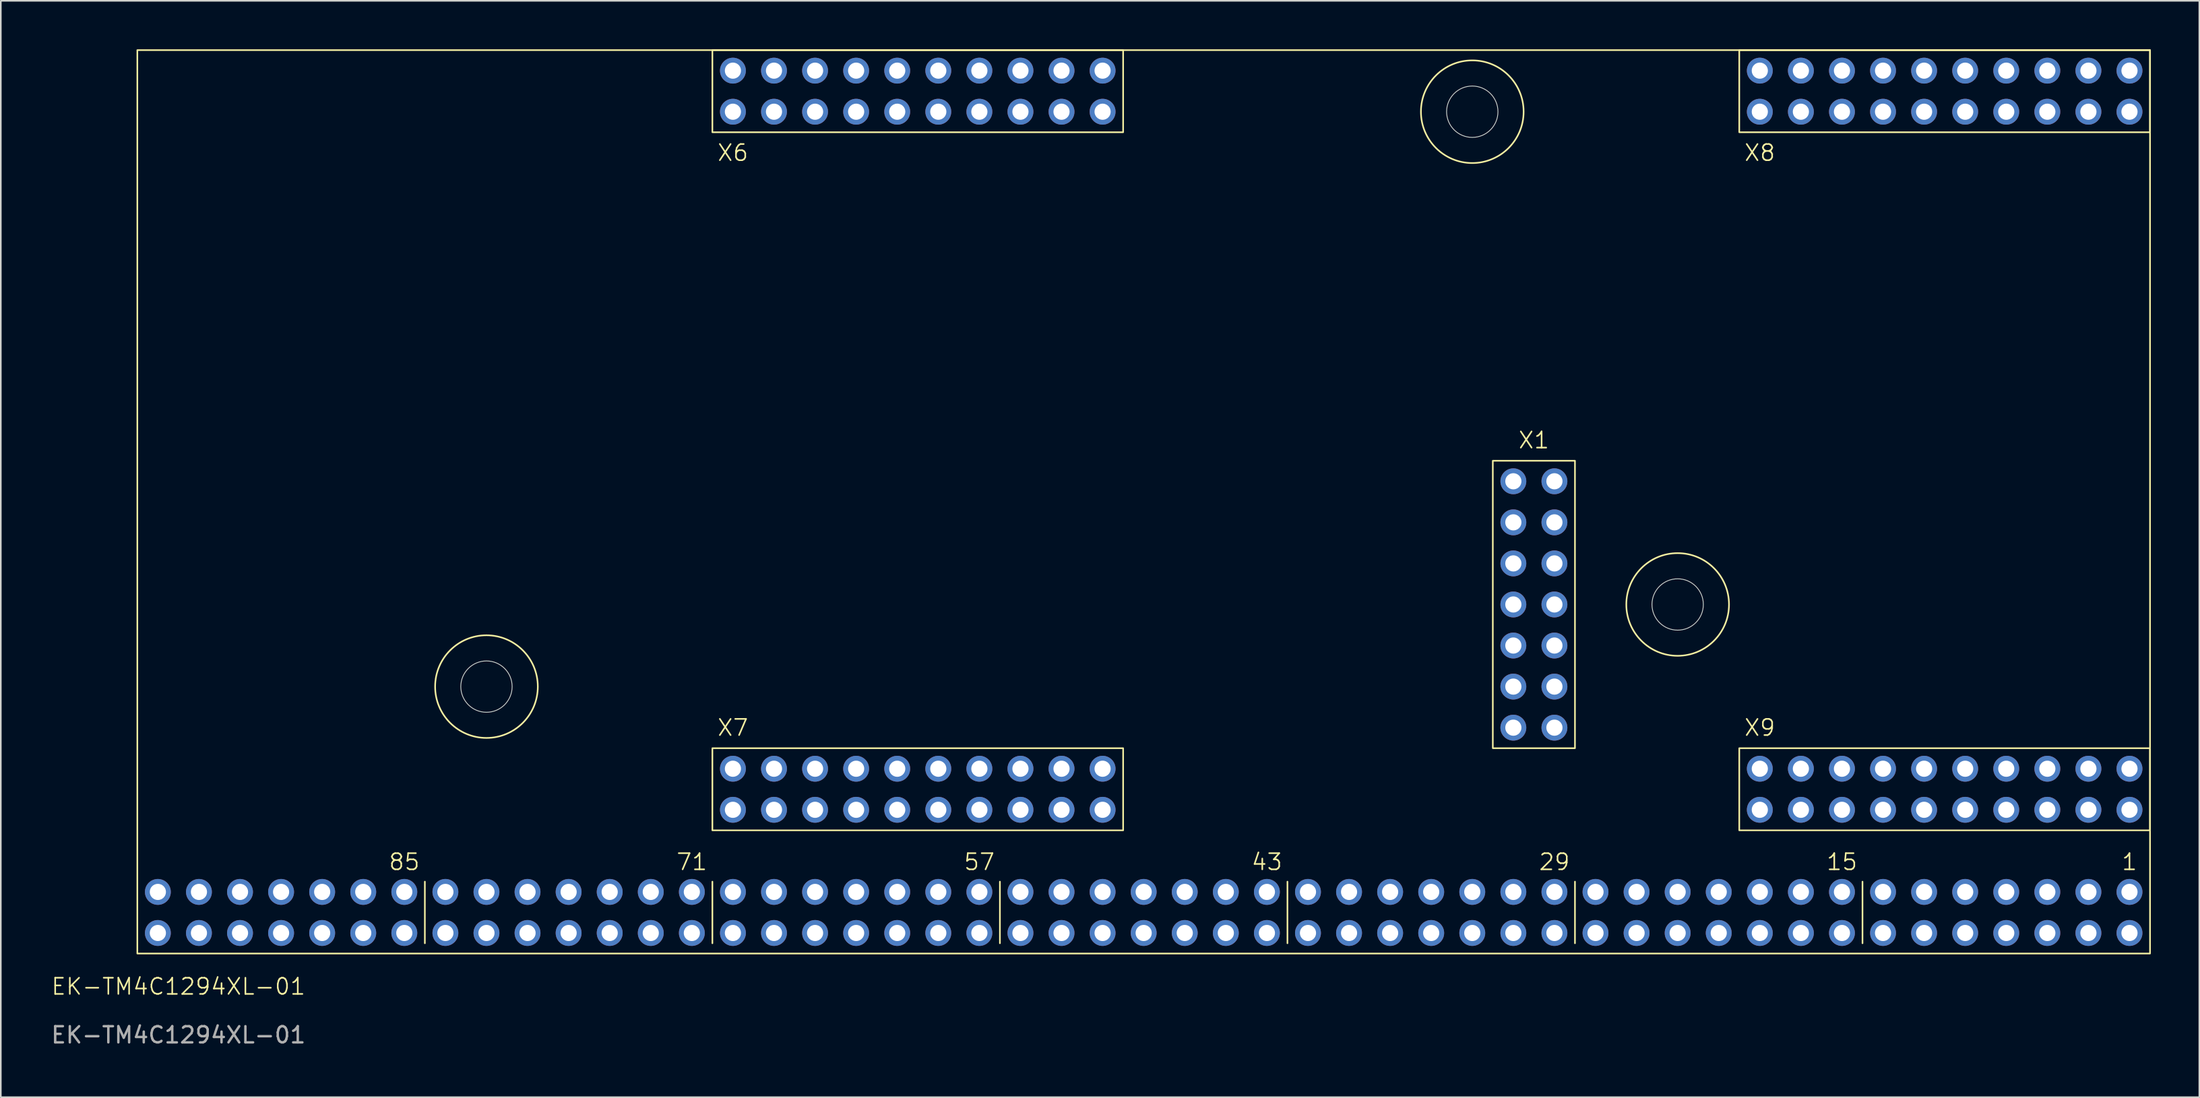
<source format=kicad_pcb>
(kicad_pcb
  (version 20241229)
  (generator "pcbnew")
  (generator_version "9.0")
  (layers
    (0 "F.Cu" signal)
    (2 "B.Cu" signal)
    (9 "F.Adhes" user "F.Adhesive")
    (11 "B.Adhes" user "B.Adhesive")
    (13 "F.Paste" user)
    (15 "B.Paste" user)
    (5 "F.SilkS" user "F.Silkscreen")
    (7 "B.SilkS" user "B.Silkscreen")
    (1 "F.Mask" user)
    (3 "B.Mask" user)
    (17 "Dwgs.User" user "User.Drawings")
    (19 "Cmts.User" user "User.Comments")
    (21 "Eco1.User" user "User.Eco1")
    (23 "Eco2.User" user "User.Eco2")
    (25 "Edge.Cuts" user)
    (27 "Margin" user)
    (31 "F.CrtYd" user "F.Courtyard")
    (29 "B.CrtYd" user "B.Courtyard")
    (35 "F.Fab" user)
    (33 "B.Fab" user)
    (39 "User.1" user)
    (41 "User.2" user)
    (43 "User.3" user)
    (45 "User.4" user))
  (footprint "EK-TM4C1294XL-01"
    (layer "F.Cu")
    (at 5.442 55.93)
    (property "Reference" "EK-TM4C1294XL-01" (at 2.54 2.04 0) (unlocked yes) (layer "F.SilkS") (effects (font (size 1 1) (thickness 0.1))))
    (attr through_hole)
    (fp_line (start 17.78 -0.635) (end 17.78 -4.445) (stroke (width 0.1) (type default)) (layer "F.SilkS"))
    (fp_line (start 35.56 -0.635) (end 35.56 -4.445) (stroke (width 0.1) (type default)) (layer "F.SilkS"))
    (fp_line (start 53.34 -0.635) (end 53.34 -4.445) (stroke (width 0.1) (type default)) (layer "F.SilkS"))
    (fp_line (start 71.12 -0.635) (end 71.12 -4.445) (stroke (width 0.1) (type default)) (layer "F.SilkS"))
    (fp_line (start 88.9 -0.635) (end 88.9 -4.445) (stroke (width 0.1) (type default)) (layer "F.SilkS"))
    (fp_line (start 106.68 -0.635) (end 106.68 -4.445) (stroke (width 0.1) (type default)) (layer "F.SilkS"))
    (fp_rect (start 0 -55.88) (end 124.46 0) (stroke (width 0.1) (type default)) (fill no) (layer "F.SilkS"))
    (fp_rect (start 35.56 -55.88) (end 60.96 -50.8) (stroke (width 0.1) (type default)) (fill no) (layer "F.SilkS"))
    (fp_rect (start 35.56 -12.7) (end 60.96 -7.62) (stroke (width 0.1) (type default)) (fill no) (layer "F.SilkS"))
    (fp_rect (start 83.82 -30.48) (end 88.9 -12.7) (stroke (width 0.1) (type default)) (fill no) (layer "F.SilkS"))
    (fp_rect (start 99.06 -55.88) (end 124.46 -50.8) (stroke (width 0.1) (type default)) (fill no) (layer "F.SilkS"))
    (fp_rect (start 99.06 -12.7) (end 124.46 -7.62) (stroke (width 0.1) (type default)) (fill no) (layer "F.SilkS"))
    (fp_circle (center 21.59 -16.51) (end 24.765 -16.51) (stroke (width 0.1) (type default)) (fill no) (layer "F.SilkS"))
    (fp_circle (center 82.55 -52.07) (end 85.725 -52.07) (stroke (width 0.1) (type default)) (fill no) (layer "F.SilkS"))
    (fp_circle (center 95.25 -21.59) (end 98.425 -21.59) (stroke (width 0.1) (type default)) (fill no) (layer "F.SilkS"))
    (fp_circle (center 21.59 -16.51) (end 23.177 -16.51) (stroke (width 0.05) (type default)) (fill no) (layer "Edge.Cuts"))
    (fp_circle (center 82.55 -52.07) (end 84.138 -52.07) (stroke (width 0.05) (type default)) (fill no) (layer "Edge.Cuts"))
    (fp_circle (center 95.25 -21.59) (end 96.838 -21.59) (stroke (width 0.05) (type default)) (fill no) (layer "Edge.Cuts"))
    (fp_text user "X6" (at 36.83 -49.53 0) (unlocked yes) (layer "F.SilkS") (effects (font (size 1 1) (thickness 0.1))))
    (fp_text user "71" (at 34.29 -5.08 0) (unlocked yes) (layer "F.SilkS") (effects (font (size 1 1) (thickness 0.1)) (justify bottom)))
    (fp_text user "85" (at 16.51 -5.08 0) (unlocked yes) (layer "F.SilkS") (effects (font (size 1 1) (thickness 0.1)) (justify bottom)))
    (fp_text user "X1" (at 86.36 -31.75 0) (unlocked yes) (layer "F.SilkS") (effects (font (size 1 1) (thickness 0.1))))
    (fp_text user "X9" (at 100.33 -13.97 0) (unlocked yes) (layer "F.SilkS") (effects (font (size 1 1) (thickness 0.1))))
    (fp_text user "43" (at 69.85 -5.08 0) (unlocked yes) (layer "F.SilkS") (effects (font (size 1 1) (thickness 0.1)) (justify bottom)))
    (fp_text user "57" (at 52.07 -5.08 0) (unlocked yes) (layer "F.SilkS") (effects (font (size 1 1) (thickness 0.1)) (justify bottom)))
    (fp_text user "1" (at 123.19 -5.08 0) (unlocked yes) (layer "F.SilkS") (effects (font (size 1 1) (thickness 0.1)) (justify bottom)))
    (fp_text user "29" (at 87.63 -5.08 0) (unlocked yes) (layer "F.SilkS") (effects (font (size 1 1) (thickness 0.1)) (justify bottom)))
    (fp_text user "X8" (at 100.33 -49.53 0) (unlocked yes) (layer "F.SilkS") (effects (font (size 1 1) (thickness 0.1))))
    (fp_text user "X7" (at 36.83 -13.97 0) (unlocked yes) (layer "F.SilkS") (effects (font (size 1 1) (thickness 0.1))))
    (fp_text user "15" (at 105.41 -5.08 0) (unlocked yes) (layer "F.SilkS") (effects (font (size 1 1) (thickness 0.1)) (justify bottom)))
    (fp_text user "${REFERENCE}" (at 2.54 5.04 0) (unlocked yes) (layer "F.Fab") (effects (font (size 1 1) (thickness 0.15))))
    (pad "" thru_hole circle (at 36.83 -54.61) (size 1.6 1.6) (drill 1) (layers "*.Cu" "*.Mask"))
    (pad "" thru_hole circle (at 36.83 -52.07) (size 1.6 1.6) (drill 1) (layers "*.Cu" "*.Mask"))
    (pad "" thru_hole circle (at 36.83 -11.43) (size 1.6 1.6) (drill 1) (layers "*.Cu" "*.Mask"))
    (pad "" thru_hole circle (at 36.83 -8.89) (size 1.6 1.6) (drill 1) (layers "*.Cu" "*.Mask"))
    (pad "" thru_hole circle (at 39.37 -54.61) (size 1.6 1.6) (drill 1) (layers "*.Cu" "*.Mask"))
    (pad "" thru_hole circle (at 39.37 -52.07) (size 1.6 1.6) (drill 1) (layers "*.Cu" "*.Mask"))
    (pad "" thru_hole circle (at 39.37 -11.43) (size 1.6 1.6) (drill 1) (layers "*.Cu" "*.Mask"))
    (pad "" thru_hole circle (at 39.37 -8.89) (size 1.6 1.6) (drill 1) (layers "*.Cu" "*.Mask"))
    (pad "" thru_hole circle (at 41.91 -54.61) (size 1.6 1.6) (drill 1) (layers "*.Cu" "*.Mask"))
    (pad "" thru_hole circle (at 41.91 -52.07) (size 1.6 1.6) (drill 1) (layers "*.Cu" "*.Mask"))
    (pad "" thru_hole circle (at 41.91 -11.43) (size 1.6 1.6) (drill 1) (layers "*.Cu" "*.Mask"))
    (pad "" thru_hole circle (at 41.91 -8.89) (size 1.6 1.6) (drill 1) (layers "*.Cu" "*.Mask"))
    (pad "" thru_hole circle (at 44.45 -54.61) (size 1.6 1.6) (drill 1) (layers "*.Cu" "*.Mask"))
    (pad "" thru_hole circle (at 44.45 -52.07) (size 1.6 1.6) (drill 1) (layers "*.Cu" "*.Mask"))
    (pad "" thru_hole circle (at 44.45 -11.43) (size 1.6 1.6) (drill 1) (layers "*.Cu" "*.Mask"))
    (pad "" thru_hole circle (at 44.45 -8.89) (size 1.6 1.6) (drill 1) (layers "*.Cu" "*.Mask"))
    (pad "" thru_hole circle (at 46.99 -54.61) (size 1.6 1.6) (drill 1) (layers "*.Cu" "*.Mask"))
    (pad "" thru_hole circle (at 46.99 -52.07) (size 1.6 1.6) (drill 1) (layers "*.Cu" "*.Mask"))
    (pad "" thru_hole circle (at 46.99 -11.43) (size 1.6 1.6) (drill 1) (layers "*.Cu" "*.Mask"))
    (pad "" thru_hole circle (at 46.99 -8.89) (size 1.6 1.6) (drill 1) (layers "*.Cu" "*.Mask"))
    (pad "" thru_hole circle (at 49.53 -54.61) (size 1.6 1.6) (drill 1) (layers "*.Cu" "*.Mask"))
    (pad "" thru_hole circle (at 49.53 -52.07) (size 1.6 1.6) (drill 1) (layers "*.Cu" "*.Mask"))
    (pad "" thru_hole circle (at 49.53 -11.43) (size 1.6 1.6) (drill 1) (layers "*.Cu" "*.Mask"))
    (pad "" thru_hole circle (at 49.53 -8.89) (size 1.6 1.6) (drill 1) (layers "*.Cu" "*.Mask"))
    (pad "" thru_hole circle (at 52.07 -54.61) (size 1.6 1.6) (drill 1) (layers "*.Cu" "*.Mask"))
    (pad "" thru_hole circle (at 52.07 -52.07) (size 1.6 1.6) (drill 1) (layers "*.Cu" "*.Mask"))
    (pad "" thru_hole circle (at 52.07 -11.43) (size 1.6 1.6) (drill 1) (layers "*.Cu" "*.Mask"))
    (pad "" thru_hole circle (at 52.07 -8.89) (size 1.6 1.6) (drill 1) (layers "*.Cu" "*.Mask"))
    (pad "" thru_hole circle (at 54.61 -54.61) (size 1.6 1.6) (drill 1) (layers "*.Cu" "*.Mask"))
    (pad "" thru_hole circle (at 54.61 -52.07) (size 1.6 1.6) (drill 1) (layers "*.Cu" "*.Mask"))
    (pad "" thru_hole circle (at 54.61 -11.43) (size 1.6 1.6) (drill 1) (layers "*.Cu" "*.Mask"))
    (pad "" thru_hole circle (at 54.61 -8.89) (size 1.6 1.6) (drill 1) (layers "*.Cu" "*.Mask"))
    (pad "" thru_hole circle (at 57.15 -54.61) (size 1.6 1.6) (drill 1) (layers "*.Cu" "*.Mask"))
    (pad "" thru_hole circle (at 57.15 -52.07) (size 1.6 1.6) (drill 1) (layers "*.Cu" "*.Mask"))
    (pad "" thru_hole circle (at 57.15 -11.43) (size 1.6 1.6) (drill 1) (layers "*.Cu" "*.Mask"))
    (pad "" thru_hole circle (at 57.15 -8.89) (size 1.6 1.6) (drill 1) (layers "*.Cu" "*.Mask"))
    (pad "" thru_hole circle (at 59.69 -54.61) (size 1.6 1.6) (drill 1) (layers "*.Cu" "*.Mask"))
    (pad "" thru_hole circle (at 59.69 -52.07) (size 1.6 1.6) (drill 1) (layers "*.Cu" "*.Mask"))
    (pad "" thru_hole circle (at 59.69 -11.43) (size 1.6 1.6) (drill 1) (layers "*.Cu" "*.Mask"))
    (pad "" thru_hole circle (at 59.69 -8.89) (size 1.6 1.6) (drill 1) (layers "*.Cu" "*.Mask"))
    (pad "" thru_hole circle (at 85.09 -29.21) (size 1.6 1.6) (drill 1) (layers "*.Cu" "*.Mask"))
    (pad "" thru_hole circle (at 85.09 -26.67) (size 1.6 1.6) (drill 1) (layers "*.Cu" "*.Mask"))
    (pad "" thru_hole circle (at 85.09 -24.13) (size 1.6 1.6) (drill 1) (layers "*.Cu" "*.Mask"))
    (pad "" thru_hole circle (at 85.09 -21.59) (size 1.6 1.6) (drill 1) (layers "*.Cu" "*.Mask"))
    (pad "" thru_hole circle (at 85.09 -19.05) (size 1.6 1.6) (drill 1) (layers "*.Cu" "*.Mask"))
    (pad "" thru_hole circle (at 85.09 -16.51) (size 1.6 1.6) (drill 1) (layers "*.Cu" "*.Mask"))
    (pad "" thru_hole circle (at 85.09 -13.97) (size 1.6 1.6) (drill 1) (layers "*.Cu" "*.Mask"))
    (pad "" thru_hole circle (at 87.63 -29.21) (size 1.6 1.6) (drill 1) (layers "*.Cu" "*.Mask"))
    (pad "" thru_hole circle (at 87.63 -26.67) (size 1.6 1.6) (drill 1) (layers "*.Cu" "*.Mask"))
    (pad "" thru_hole circle (at 87.63 -24.13) (size 1.6 1.6) (drill 1) (layers "*.Cu" "*.Mask"))
    (pad "" thru_hole circle (at 87.63 -21.59) (size 1.6 1.6) (drill 1) (layers "*.Cu" "*.Mask"))
    (pad "" thru_hole circle (at 87.63 -19.05) (size 1.6 1.6) (drill 1) (layers "*.Cu" "*.Mask"))
    (pad "" thru_hole circle (at 87.63 -16.51) (size 1.6 1.6) (drill 1) (layers "*.Cu" "*.Mask"))
    (pad "" thru_hole circle (at 87.63 -13.97) (size 1.6 1.6) (drill 1) (layers "*.Cu" "*.Mask"))
    (pad "" thru_hole circle (at 100.33 -54.61) (size 1.6 1.6) (drill 1) (layers "*.Cu" "*.Mask"))
    (pad "" thru_hole circle (at 100.33 -52.07) (size 1.6 1.6) (drill 1) (layers "*.Cu" "*.Mask"))
    (pad "" thru_hole circle (at 100.33 -11.43) (size 1.6 1.6) (drill 1) (layers "*.Cu" "*.Mask"))
    (pad "" thru_hole circle (at 100.33 -8.89) (size 1.6 1.6) (drill 1) (layers "*.Cu" "*.Mask"))
    (pad "" thru_hole circle (at 102.87 -54.61) (size 1.6 1.6) (drill 1) (layers "*.Cu" "*.Mask"))
    (pad "" thru_hole circle (at 102.87 -52.07) (size 1.6 1.6) (drill 1) (layers "*.Cu" "*.Mask"))
    (pad "" thru_hole circle (at 102.87 -11.43) (size 1.6 1.6) (drill 1) (layers "*.Cu" "*.Mask"))
    (pad "" thru_hole circle (at 102.87 -8.89) (size 1.6 1.6) (drill 1) (layers "*.Cu" "*.Mask"))
    (pad "" thru_hole circle (at 105.41 -54.61) (size 1.6 1.6) (drill 1) (layers "*.Cu" "*.Mask"))
    (pad "" thru_hole circle (at 105.41 -52.07) (size 1.6 1.6) (drill 1) (layers "*.Cu" "*.Mask"))
    (pad "" thru_hole circle (at 105.41 -11.43) (size 1.6 1.6) (drill 1) (layers "*.Cu" "*.Mask"))
    (pad "" thru_hole circle (at 105.41 -8.89) (size 1.6 1.6) (drill 1) (layers "*.Cu" "*.Mask"))
    (pad "" thru_hole circle (at 107.95 -54.61) (size 1.6 1.6) (drill 1) (layers "*.Cu" "*.Mask"))
    (pad "" thru_hole circle (at 107.95 -52.07) (size 1.6 1.6) (drill 1) (layers "*.Cu" "*.Mask"))
    (pad "" thru_hole circle (at 107.95 -11.43) (size 1.6 1.6) (drill 1) (layers "*.Cu" "*.Mask"))
    (pad "" thru_hole circle (at 107.95 -8.89) (size 1.6 1.6) (drill 1) (layers "*.Cu" "*.Mask"))
    (pad "" thru_hole circle (at 110.49 -54.61) (size 1.6 1.6) (drill 1) (layers "*.Cu" "*.Mask"))
    (pad "" thru_hole circle (at 110.49 -52.07) (size 1.6 1.6) (drill 1) (layers "*.Cu" "*.Mask"))
    (pad "" thru_hole circle (at 110.49 -11.43) (size 1.6 1.6) (drill 1) (layers "*.Cu" "*.Mask"))
    (pad "" thru_hole circle (at 110.49 -8.89) (size 1.6 1.6) (drill 1) (layers "*.Cu" "*.Mask"))
    (pad "" thru_hole circle (at 113.03 -54.61) (size 1.6 1.6) (drill 1) (layers "*.Cu" "*.Mask"))
    (pad "" thru_hole circle (at 113.03 -52.07) (size 1.6 1.6) (drill 1) (layers "*.Cu" "*.Mask"))
    (pad "" thru_hole circle (at 113.03 -11.43) (size 1.6 1.6) (drill 1) (layers "*.Cu" "*.Mask"))
    (pad "" thru_hole circle (at 113.03 -8.89) (size 1.6 1.6) (drill 1) (layers "*.Cu" "*.Mask"))
    (pad "" thru_hole circle (at 115.57 -54.61) (size 1.6 1.6) (drill 1) (layers "*.Cu" "*.Mask"))
    (pad "" thru_hole circle (at 115.57 -52.07) (size 1.6 1.6) (drill 1) (layers "*.Cu" "*.Mask"))
    (pad "" thru_hole circle (at 115.57 -11.43) (size 1.6 1.6) (drill 1) (layers "*.Cu" "*.Mask"))
    (pad "" thru_hole circle (at 115.57 -8.89) (size 1.6 1.6) (drill 1) (layers "*.Cu" "*.Mask"))
    (pad "" thru_hole circle (at 118.11 -54.61) (size 1.6 1.6) (drill 1) (layers "*.Cu" "*.Mask"))
    (pad "" thru_hole circle (at 118.11 -52.07) (size 1.6 1.6) (drill 1) (layers "*.Cu" "*.Mask"))
    (pad "" thru_hole circle (at 118.11 -11.43) (size 1.6 1.6) (drill 1) (layers "*.Cu" "*.Mask"))
    (pad "" thru_hole circle (at 118.11 -8.89) (size 1.6 1.6) (drill 1) (layers "*.Cu" "*.Mask"))
    (pad "" thru_hole circle (at 120.65 -54.61) (size 1.6 1.6) (drill 1) (layers "*.Cu" "*.Mask"))
    (pad "" thru_hole circle (at 120.65 -52.07) (size 1.6 1.6) (drill 1) (layers "*.Cu" "*.Mask"))
    (pad "" thru_hole circle (at 120.65 -11.43) (size 1.6 1.6) (drill 1) (layers "*.Cu" "*.Mask"))
    (pad "" thru_hole circle (at 120.65 -8.89) (size 1.6 1.6) (drill 1) (layers "*.Cu" "*.Mask"))
    (pad "" thru_hole circle (at 123.19 -54.61) (size 1.6 1.6) (drill 1) (layers "*.Cu" "*.Mask"))
    (pad "" thru_hole circle (at 123.19 -52.07) (size 1.6 1.6) (drill 1) (layers "*.Cu" "*.Mask"))
    (pad "" thru_hole circle (at 123.19 -11.43) (size 1.6 1.6) (drill 1) (layers "*.Cu" "*.Mask"))
    (pad "" thru_hole circle (at 123.19 -8.89) (size 1.6 1.6) (drill 1) (layers "*.Cu" "*.Mask"))
    (pad "1" thru_hole circle (at 123.19 -3.81) (size 1.6 1.6) (drill 1) (layers "*.Cu" "*.Mask"))
    (pad "2" thru_hole circle (at 123.19 -1.27) (size 1.6 1.6) (drill 1) (layers "*.Cu" "*.Mask"))
    (pad "3" thru_hole circle (at 120.65 -3.81) (size 1.6 1.6) (drill 1) (layers "*.Cu" "*.Mask"))
    (pad "4" thru_hole circle (at 120.65 -1.27) (size 1.6 1.6) (drill 1) (layers "*.Cu" "*.Mask"))
    (pad "5" thru_hole circle (at 118.11 -3.81) (size 1.6 1.6) (drill 1) (layers "*.Cu" "*.Mask"))
    (pad "6" thru_hole circle (at 118.11 -1.27) (size 1.6 1.6) (drill 1) (layers "*.Cu" "*.Mask"))
    (pad "7" thru_hole circle (at 115.57 -3.81) (size 1.6 1.6) (drill 1) (layers "*.Cu" "*.Mask"))
    (pad "8" thru_hole circle (at 115.57 -1.27) (size 1.6 1.6) (drill 1) (layers "*.Cu" "*.Mask"))
    (pad "9" thru_hole circle (at 113.03 -3.81) (size 1.6 1.6) (drill 1) (layers "*.Cu" "*.Mask"))
    (pad "10" thru_hole circle (at 113.03 -1.27) (size 1.6 1.6) (drill 1) (layers "*.Cu" "*.Mask"))
    (pad "11" thru_hole circle (at 110.49 -3.81) (size 1.6 1.6) (drill 1) (layers "*.Cu" "*.Mask"))
    (pad "12" thru_hole circle (at 110.49 -1.27) (size 1.6 1.6) (drill 1) (layers "*.Cu" "*.Mask"))
    (pad "13" thru_hole circle (at 107.95 -3.81) (size 1.6 1.6) (drill 1) (layers "*.Cu" "*.Mask"))
    (pad "14" thru_hole circle (at 107.95 -1.27) (size 1.6 1.6) (drill 1) (layers "*.Cu" "*.Mask"))
    (pad "15" thru_hole circle (at 105.41 -3.81) (size 1.6 1.6) (drill 1) (layers "*.Cu" "*.Mask"))
    (pad "16" thru_hole circle (at 105.41 -1.27) (size 1.6 1.6) (drill 1) (layers "*.Cu" "*.Mask"))
    (pad "17" thru_hole circle (at 102.87 -3.81) (size 1.6 1.6) (drill 1) (layers "*.Cu" "*.Mask"))
    (pad "18" thru_hole circle (at 102.87 -1.27) (size 1.6 1.6) (drill 1) (layers "*.Cu" "*.Mask"))
    (pad "19" thru_hole circle (at 100.33 -3.81) (size 1.6 1.6) (drill 1) (layers "*.Cu" "*.Mask"))
    (pad "20" thru_hole circle (at 100.33 -1.27) (size 1.6 1.6) (drill 1) (layers "*.Cu" "*.Mask"))
    (pad "21" thru_hole circle (at 97.79 -3.81) (size 1.6 1.6) (drill 1) (layers "*.Cu" "*.Mask"))
    (pad "22" thru_hole circle (at 97.79 -1.27) (size 1.6 1.6) (drill 1) (layers "*.Cu" "*.Mask"))
    (pad "23" thru_hole circle (at 95.25 -3.81) (size 1.6 1.6) (drill 1) (layers "*.Cu" "*.Mask"))
    (pad "24" thru_hole circle (at 95.25 -1.27) (size 1.6 1.6) (drill 1) (layers "*.Cu" "*.Mask"))
    (pad "25" thru_hole circle (at 92.71 -3.81) (size 1.6 1.6) (drill 1) (layers "*.Cu" "*.Mask"))
    (pad "26" thru_hole circle (at 92.71 -1.27) (size 1.6 1.6) (drill 1) (layers "*.Cu" "*.Mask"))
    (pad "27" thru_hole circle (at 90.17 -3.81) (size 1.6 1.6) (drill 1) (layers "*.Cu" "*.Mask"))
    (pad "28" thru_hole circle (at 90.17 -1.27) (size 1.6 1.6) (drill 1) (layers "*.Cu" "*.Mask"))
    (pad "29" thru_hole circle (at 87.63 -3.81) (size 1.6 1.6) (drill 1) (layers "*.Cu" "*.Mask"))
    (pad "30" thru_hole circle (at 87.63 -1.27) (size 1.6 1.6) (drill 1) (layers "*.Cu" "*.Mask"))
    (pad "31" thru_hole circle (at 85.09 -3.81) (size 1.6 1.6) (drill 1) (layers "*.Cu" "*.Mask"))
    (pad "32" thru_hole circle (at 85.09 -1.27) (size 1.6 1.6) (drill 1) (layers "*.Cu" "*.Mask"))
    (pad "33" thru_hole circle (at 82.55 -3.81) (size 1.6 1.6) (drill 1) (layers "*.Cu" "*.Mask"))
    (pad "34" thru_hole circle (at 82.55 -1.27) (size 1.6 1.6) (drill 1) (layers "*.Cu" "*.Mask"))
    (pad "35" thru_hole circle (at 80.01 -3.81) (size 1.6 1.6) (drill 1) (layers "*.Cu" "*.Mask"))
    (pad "36" thru_hole circle (at 80.01 -1.27) (size 1.6 1.6) (drill 1) (layers "*.Cu" "*.Mask"))
    (pad "37" thru_hole circle (at 77.47 -3.81) (size 1.6 1.6) (drill 1) (layers "*.Cu" "*.Mask"))
    (pad "38" thru_hole circle (at 77.47 -1.27) (size 1.6 1.6) (drill 1) (layers "*.Cu" "*.Mask"))
    (pad "39" thru_hole circle (at 74.93 -3.81) (size 1.6 1.6) (drill 1) (layers "*.Cu" "*.Mask"))
    (pad "40" thru_hole circle (at 74.93 -1.27) (size 1.6 1.6) (drill 1) (layers "*.Cu" "*.Mask"))
    (pad "41" thru_hole circle (at 72.39 -3.81) (size 1.6 1.6) (drill 1) (layers "*.Cu" "*.Mask"))
    (pad "42" thru_hole circle (at 72.39 -1.27) (size 1.6 1.6) (drill 1) (layers "*.Cu" "*.Mask"))
    (pad "43" thru_hole circle (at 69.85 -3.81) (size 1.6 1.6) (drill 1) (layers "*.Cu" "*.Mask"))
    (pad "44" thru_hole circle (at 69.85 -1.27) (size 1.6 1.6) (drill 1) (layers "*.Cu" "*.Mask"))
    (pad "45" thru_hole circle (at 67.31 -3.81) (size 1.6 1.6) (drill 1) (layers "*.Cu" "*.Mask"))
    (pad "46" thru_hole circle (at 67.31 -1.27) (size 1.6 1.6) (drill 1) (layers "*.Cu" "*.Mask"))
    (pad "47" thru_hole circle (at 64.77 -3.81) (size 1.6 1.6) (drill 1) (layers "*.Cu" "*.Mask"))
    (pad "48" thru_hole circle (at 64.77 -1.27) (size 1.6 1.6) (drill 1) (layers "*.Cu" "*.Mask"))
    (pad "49" thru_hole circle (at 62.23 -3.81) (size 1.6 1.6) (drill 1) (layers "*.Cu" "*.Mask"))
    (pad "50" thru_hole circle (at 62.23 -1.27) (size 1.6 1.6) (drill 1) (layers "*.Cu" "*.Mask"))
    (pad "51" thru_hole circle (at 59.69 -3.81) (size 1.6 1.6) (drill 1) (layers "*.Cu" "*.Mask"))
    (pad "52" thru_hole circle (at 59.69 -1.27) (size 1.6 1.6) (drill 1) (layers "*.Cu" "*.Mask"))
    (pad "53" thru_hole circle (at 57.15 -3.81) (size 1.6 1.6) (drill 1) (layers "*.Cu" "*.Mask"))
    (pad "54" thru_hole circle (at 57.15 -1.27) (size 1.6 1.6) (drill 1) (layers "*.Cu" "*.Mask"))
    (pad "55" thru_hole circle (at 54.61 -3.81) (size 1.6 1.6) (drill 1) (layers "*.Cu" "*.Mask"))
    (pad "56" thru_hole circle (at 54.61 -1.27) (size 1.6 1.6) (drill 1) (layers "*.Cu" "*.Mask"))
    (pad "57" thru_hole circle (at 52.07 -3.81) (size 1.6 1.6) (drill 1) (layers "*.Cu" "*.Mask"))
    (pad "58" thru_hole circle (at 52.07 -1.27) (size 1.6 1.6) (drill 1) (layers "*.Cu" "*.Mask"))
    (pad "59" thru_hole circle (at 49.53 -3.81) (size 1.6 1.6) (drill 1) (layers "*.Cu" "*.Mask"))
    (pad "60" thru_hole circle (at 49.53 -1.27) (size 1.6 1.6) (drill 1) (layers "*.Cu" "*.Mask"))
    (pad "61" thru_hole circle (at 46.99 -3.81) (size 1.6 1.6) (drill 1) (layers "*.Cu" "*.Mask"))
    (pad "62" thru_hole circle (at 46.99 -1.27) (size 1.6 1.6) (drill 1) (layers "*.Cu" "*.Mask"))
    (pad "63" thru_hole circle (at 44.45 -3.81) (size 1.6 1.6) (drill 1) (layers "*.Cu" "*.Mask"))
    (pad "64" thru_hole circle (at 44.45 -1.27) (size 1.6 1.6) (drill 1) (layers "*.Cu" "*.Mask"))
    (pad "65" thru_hole circle (at 41.91 -3.81) (size 1.6 1.6) (drill 1) (layers "*.Cu" "*.Mask"))
    (pad "66" thru_hole circle (at 41.91 -1.27) (size 1.6 1.6) (drill 1) (layers "*.Cu" "*.Mask"))
    (pad "67" thru_hole circle (at 39.37 -3.81) (size 1.6 1.6) (drill 1) (layers "*.Cu" "*.Mask"))
    (pad "68" thru_hole circle (at 39.37 -1.27) (size 1.6 1.6) (drill 1) (layers "*.Cu" "*.Mask"))
    (pad "69" thru_hole circle (at 36.83 -3.81) (size 1.6 1.6) (drill 1) (layers "*.Cu" "*.Mask"))
    (pad "70" thru_hole circle (at 36.83 -1.27) (size 1.6 1.6) (drill 1) (layers "*.Cu" "*.Mask"))
    (pad "71" thru_hole circle (at 34.29 -3.81) (size 1.6 1.6) (drill 1) (layers "*.Cu" "*.Mask"))
    (pad "72" thru_hole circle (at 34.29 -1.27) (size 1.6 1.6) (drill 1) (layers "*.Cu" "*.Mask"))
    (pad "73" thru_hole circle (at 31.75 -3.81) (size 1.6 1.6) (drill 1) (layers "*.Cu" "*.Mask"))
    (pad "74" thru_hole circle (at 31.75 -1.27) (size 1.6 1.6) (drill 1) (layers "*.Cu" "*.Mask"))
    (pad "75" thru_hole circle (at 29.21 -3.81) (size 1.6 1.6) (drill 1) (layers "*.Cu" "*.Mask"))
    (pad "76" thru_hole circle (at 29.21 -1.27) (size 1.6 1.6) (drill 1) (layers "*.Cu" "*.Mask"))
    (pad "77" thru_hole circle (at 26.67 -3.81) (size 1.6 1.6) (drill 1) (layers "*.Cu" "*.Mask"))
    (pad "78" thru_hole circle (at 26.67 -1.27) (size 1.6 1.6) (drill 1) (layers "*.Cu" "*.Mask"))
    (pad "79" thru_hole circle (at 24.13 -3.81) (size 1.6 1.6) (drill 1) (layers "*.Cu" "*.Mask"))
    (pad "80" thru_hole circle (at 24.13 -1.27) (size 1.6 1.6) (drill 1) (layers "*.Cu" "*.Mask"))
    (pad "81" thru_hole circle (at 21.59 -3.81) (size 1.6 1.6) (drill 1) (layers "*.Cu" "*.Mask"))
    (pad "82" thru_hole circle (at 21.59 -1.27) (size 1.6 1.6) (drill 1) (layers "*.Cu" "*.Mask"))
    (pad "83" thru_hole circle (at 19.05 -3.81) (size 1.6 1.6) (drill 1) (layers "*.Cu" "*.Mask"))
    (pad "84" thru_hole circle (at 19.05 -1.27) (size 1.6 1.6) (drill 1) (layers "*.Cu" "*.Mask"))
    (pad "85" thru_hole circle (at 16.51 -3.81) (size 1.6 1.6) (drill 1) (layers "*.Cu" "*.Mask"))
    (pad "86" thru_hole circle (at 16.51 -1.27) (size 1.6 1.6) (drill 1) (layers "*.Cu" "*.Mask"))
    (pad "87" thru_hole circle (at 13.97 -3.81) (size 1.6 1.6) (drill 1) (layers "*.Cu" "*.Mask"))
    (pad "88" thru_hole circle (at 13.97 -1.27) (size 1.6 1.6) (drill 1) (layers "*.Cu" "*.Mask"))
    (pad "89" thru_hole circle (at 11.43 -3.81) (size 1.6 1.6) (drill 1) (layers "*.Cu" "*.Mask"))
    (pad "90" thru_hole circle (at 11.43 -1.27) (size 1.6 1.6) (drill 1) (layers "*.Cu" "*.Mask"))
    (pad "91" thru_hole circle (at 8.89 -3.81) (size 1.6 1.6) (drill 1) (layers "*.Cu" "*.Mask"))
    (pad "92" thru_hole circle (at 8.89 -1.27) (size 1.6 1.6) (drill 1) (layers "*.Cu" "*.Mask"))
    (pad "93" thru_hole circle (at 6.35 -3.81) (size 1.6 1.6) (drill 1) (layers "*.Cu" "*.Mask"))
    (pad "94" thru_hole circle (at 6.35 -1.27) (size 1.6 1.6) (drill 1) (layers "*.Cu" "*.Mask"))
    (pad "95" thru_hole circle (at 3.81 -3.81) (size 1.6 1.6) (drill 1) (layers "*.Cu" "*.Mask"))
    (pad "96" thru_hole circle (at 3.81 -1.27) (size 1.6 1.6) (drill 1) (layers "*.Cu" "*.Mask"))
    (pad "97" thru_hole circle (at 1.27 -3.81) (size 1.6 1.6) (drill 1) (layers "*.Cu" "*.Mask"))
    (pad "98" thru_hole circle (at 1.27 -1.27) (size 1.6 1.6) (drill 1) (layers "*.Cu" "*.Mask")))
  (gr_rect
    (start -3 -3)
    (end 132.952 64.818)
    (stroke (width 0.1) (type default))
    (fill no)
    (layer "Edge.Cuts")))
</source>
